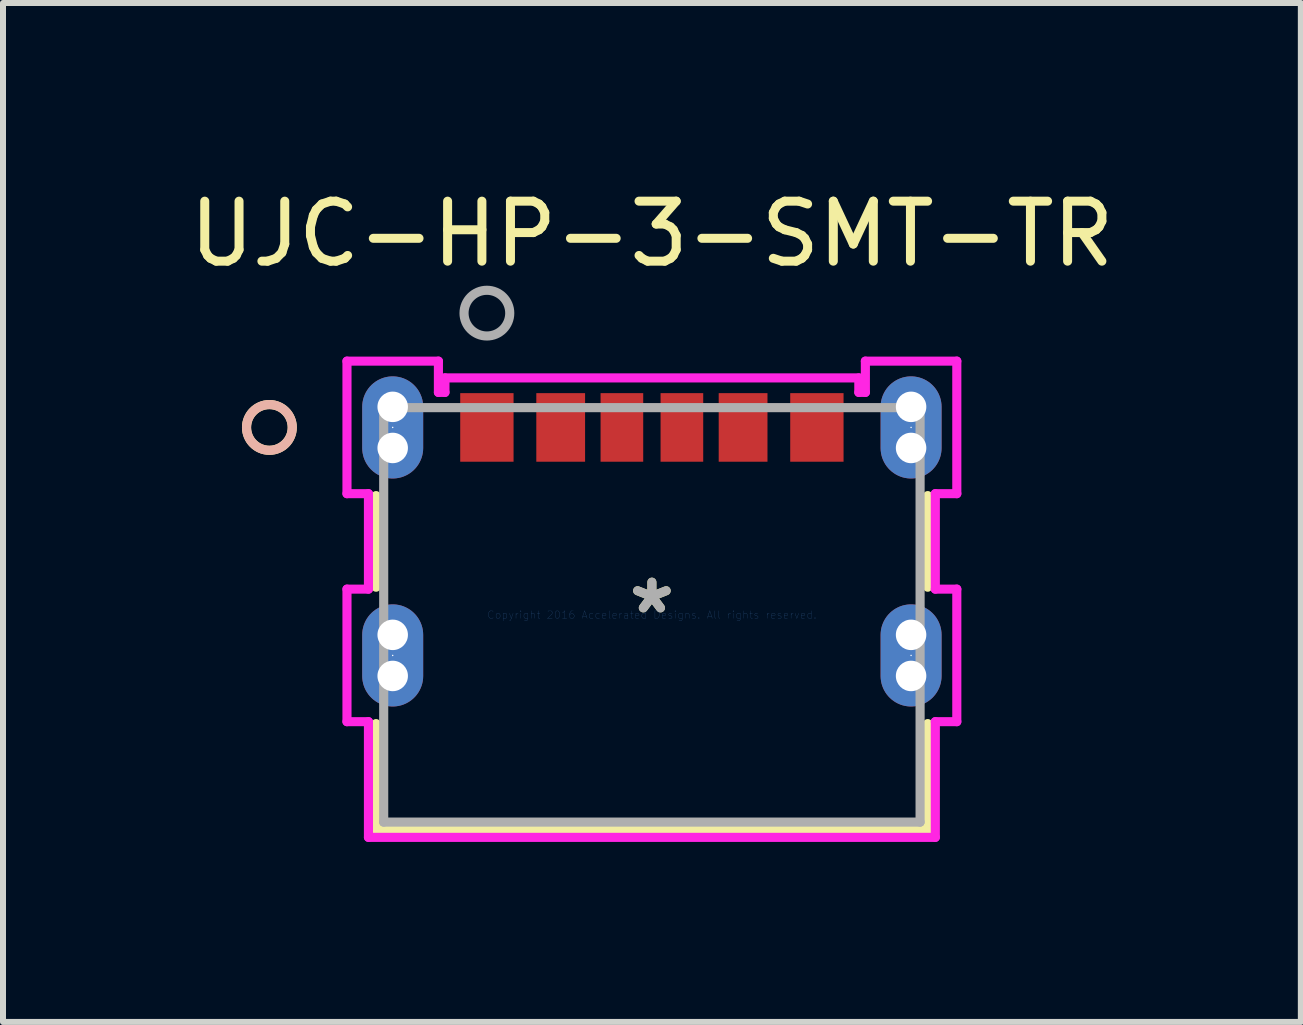
<source format=kicad_pcb>
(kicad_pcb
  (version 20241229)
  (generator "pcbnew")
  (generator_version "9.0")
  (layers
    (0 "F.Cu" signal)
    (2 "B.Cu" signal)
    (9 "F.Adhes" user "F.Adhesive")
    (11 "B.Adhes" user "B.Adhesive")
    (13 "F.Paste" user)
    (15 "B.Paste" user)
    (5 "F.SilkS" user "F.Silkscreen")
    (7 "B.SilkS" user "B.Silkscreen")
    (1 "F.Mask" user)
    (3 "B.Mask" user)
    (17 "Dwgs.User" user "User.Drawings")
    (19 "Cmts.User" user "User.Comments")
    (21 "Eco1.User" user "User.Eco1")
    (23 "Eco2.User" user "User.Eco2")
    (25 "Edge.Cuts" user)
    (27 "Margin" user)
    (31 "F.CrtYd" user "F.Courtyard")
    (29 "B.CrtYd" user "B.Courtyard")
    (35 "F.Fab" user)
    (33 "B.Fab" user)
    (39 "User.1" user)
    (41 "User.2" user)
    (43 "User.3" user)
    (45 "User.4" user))
  (footprint "UJC-HP-3-SMT-TR"
    (layer "F.Cu")
    (at 7.815 7.198)
    (property "Reference" "UJC-HP-3-SMT-TR" (at 0 -6.35 0) (layer "F.SilkS") (effects (font (size 1 1) (thickness 0.15))))
    (attr through_hole)
    (fp_line (start -4.597 -1.988) (end -4.597 -0.461) (stroke (width 0.152) (type solid)) (layer "F.SilkS"))
    (fp_line (start -4.597 1.812) (end -4.597 3.581) (stroke (width 0.152) (type solid)) (layer "F.SilkS"))
    (fp_line (start -4.597 3.581) (end 4.597 3.581) (stroke (width 0.152) (type solid)) (layer "F.SilkS"))
    (fp_line (start 4.597 -0.461) (end 4.597 -1.988) (stroke (width 0.152) (type solid)) (layer "F.SilkS"))
    (fp_line (start 4.597 3.581) (end 4.597 1.812) (stroke (width 0.152) (type solid)) (layer "F.SilkS"))
    (fp_circle (center -6.375 -3.124) (end -5.994 -3.124) (stroke (width 0.152) (type solid)) (fill no) (layer "F.SilkS"))
    (fp_circle (center -6.375 -3.124) (end -5.994 -3.124) (stroke (width 0.152) (type solid)) (fill no) (layer "B.SilkS"))
    (fp_line (start -5.082 -4.229) (end -5.082 -2.02) (stroke (width 0.152) (type solid)) (layer "F.CrtYd"))
    (fp_line (start -5.082 -2.02) (end -4.724 -2.02) (stroke (width 0.152) (type solid)) (layer "F.CrtYd"))
    (fp_line (start -5.082 -0.429) (end -5.082 1.78) (stroke (width 0.152) (type solid)) (layer "F.CrtYd"))
    (fp_line (start -5.082 1.78) (end -4.724 1.78) (stroke (width 0.152) (type solid)) (layer "F.CrtYd"))
    (fp_line (start -4.724 -2.02) (end -4.724 -0.429) (stroke (width 0.152) (type solid)) (layer "F.CrtYd"))
    (fp_line (start -4.724 -0.429) (end -5.082 -0.429) (stroke (width 0.152) (type solid)) (layer "F.CrtYd"))
    (fp_line (start -4.724 1.78) (end -4.724 3.708) (stroke (width 0.152) (type solid)) (layer "F.CrtYd"))
    (fp_line (start -4.724 3.708) (end 4.724 3.708) (stroke (width 0.152) (type solid)) (layer "F.CrtYd"))
    (fp_line (start -3.558 -4.229) (end -5.082 -4.229) (stroke (width 0.152) (type solid)) (layer "F.CrtYd"))
    (fp_line (start -3.558 -3.708) (end -3.558 -4.229) (stroke (width 0.152) (type solid)) (layer "F.CrtYd"))
    (fp_line (start -3.449 -3.95) (end -3.449 -3.708) (stroke (width 0.152) (type solid)) (layer "F.CrtYd"))
    (fp_line (start -3.449 -3.708) (end -3.558 -3.708) (stroke (width 0.152) (type solid)) (layer "F.CrtYd"))
    (fp_line (start 3.449 -3.95) (end -3.449 -3.95) (stroke (width 0.152) (type solid)) (layer "F.CrtYd"))
    (fp_line (start 3.449 -3.708) (end 3.449 -3.95) (stroke (width 0.152) (type solid)) (layer "F.CrtYd"))
    (fp_line (start 3.558 -4.229) (end 3.558 -3.708) (stroke (width 0.152) (type solid)) (layer "F.CrtYd"))
    (fp_line (start 3.558 -3.708) (end 3.449 -3.708) (stroke (width 0.152) (type solid)) (layer "F.CrtYd"))
    (fp_line (start 4.724 -2.02) (end 5.082 -2.02) (stroke (width 0.152) (type solid)) (layer "F.CrtYd"))
    (fp_line (start 4.724 -0.429) (end 4.724 -2.02) (stroke (width 0.152) (type solid)) (layer "F.CrtYd"))
    (fp_line (start 4.724 1.78) (end 5.082 1.78) (stroke (width 0.152) (type solid)) (layer "F.CrtYd"))
    (fp_line (start 4.724 3.708) (end 4.724 1.78) (stroke (width 0.152) (type solid)) (layer "F.CrtYd"))
    (fp_line (start 5.082 -0.429) (end 4.724 -0.429) (stroke (width 0.152) (type solid)) (layer "F.CrtYd"))
    (fp_line (start 5.082 1.78) (end 5.082 -0.429) (stroke (width 0.152) (type solid)) (layer "F.CrtYd"))
    (fp_line (start 5.082 -4.229) (end 3.558 -4.229) (stroke (width 0.152) (type solid)) (layer "F.CrtYd"))
    (fp_line (start 5.082 -2.02) (end 5.082 -4.229) (stroke (width 0.152) (type solid)) (layer "F.CrtYd"))
    (fp_line (start -4.47 -3.454) (end -4.47 3.454) (stroke (width 0.152) (type solid)) (layer "F.Fab"))
    (fp_line (start -4.47 3.454) (end 4.47 3.454) (stroke (width 0.152) (type solid)) (layer "F.Fab"))
    (fp_line (start 4.47 -3.454) (end -4.47 -3.454) (stroke (width 0.152) (type solid)) (layer "F.Fab"))
    (fp_line (start 4.47 3.454) (end 4.47 -3.454) (stroke (width 0.152) (type solid)) (layer "F.Fab"))
    (fp_circle (center -2.75 -5.029) (end -2.369 -5.029) (stroke (width 0.152) (type solid)) (fill no) (layer "F.Fab"))
    (fp_text user "*" (at 0 0 0) (layer "F.SilkS") (effects (font (size 1 1) (thickness 0.15))))
    (fp_text user "Copyright 2016 Accelerated Designs. All rights reserved." (at 0 0 0) (layer "Cmts.User") (effects (font (size 0.127 0.127) (thickness 0.002))))
    (fp_text user "*" (at 0 0 0) (layer "F.Fab") (effects (font (size 1 1) (thickness 0.15))))
    (pad "" np_thru_hole circle (at -4.32 -3.467) (size 0.508 0.508) (drill 0.508) (layers "*.Cu" "*.Mask"))
    (pad "" np_thru_hole circle (at -4.32 -2.782) (size 0.508 0.508) (drill 0.508) (layers "*.Cu" "*.Mask"))
    (pad "" np_thru_hole circle (at -4.32 0.333) (size 0.508 0.508) (drill 0.508) (layers "*.Cu" "*.Mask"))
    (pad "" np_thru_hole circle (at -4.32 1.018) (size 0.508 0.508) (drill 0.508) (layers "*.Cu" "*.Mask"))
    (pad "" np_thru_hole circle (at 4.32 0.333) (size 0.508 0.508) (drill 0.508) (layers "*.Cu" "*.Mask"))
    (pad "" np_thru_hole circle (at 4.32 1.018) (size 0.508 0.508) (drill 0.508) (layers "*.Cu" "*.Mask"))
    (pad "" np_thru_hole circle (at 4.32 -3.467) (size 0.508 0.508) (drill 0.508) (layers "*.Cu" "*.Mask"))
    (pad "" np_thru_hole circle (at 4.32 -2.782) (size 0.508 0.508) (drill 0.508) (layers "*.Cu" "*.Mask"))
    (pad "1" smd rect (at -2.75 -3.124) (size 0.889 1.143) (layers "F.Cu" "F.Mask" "F.Paste"))
    (pad "2" smd rect (at -1.52 -3.124) (size 0.813 1.143) (layers "F.Cu" "F.Mask" "F.Paste"))
    (pad "3" smd rect (at -0.5 -3.124) (size 0.711 1.143) (layers "F.Cu" "F.Mask" "F.Paste"))
    (pad "4" smd rect (at 0.5 -3.124) (size 0.711 1.143) (layers "F.Cu" "F.Mask" "F.Paste"))
    (pad "5" smd rect (at 1.52 -3.124) (size 0.813 1.143) (layers "F.Cu" "F.Mask" "F.Paste"))
    (pad "6" smd rect (at 2.75 -3.124) (size 0.889 1.143) (layers "F.Cu" "F.Mask" "F.Paste"))
    (pad "7" thru_hole oval (at -4.32 -3.124 90) (size 1.702 1.016) (drill 0.025) (layers "*.Cu" "*.Mask"))
    (pad "8" thru_hole oval (at 4.32 -3.124 90) (size 1.702 1.016) (drill 0.025) (layers "*.Cu" "*.Mask"))
    (pad "9" thru_hole oval (at -4.32 0.676 90) (size 1.702 1.016) (drill 0.025) (layers "*.Cu" "*.Mask"))
    (pad "10" thru_hole oval (at 4.32 0.676 90) (size 1.702 1.016) (drill 0.025) (layers "*.Cu" "*.Mask")))
  (gr_rect
    (start -3 -3)
    (end 18.631 13.983)
    (stroke (width 0.1) (type default))
    (fill no)
    (layer "Edge.Cuts")))
</source>
